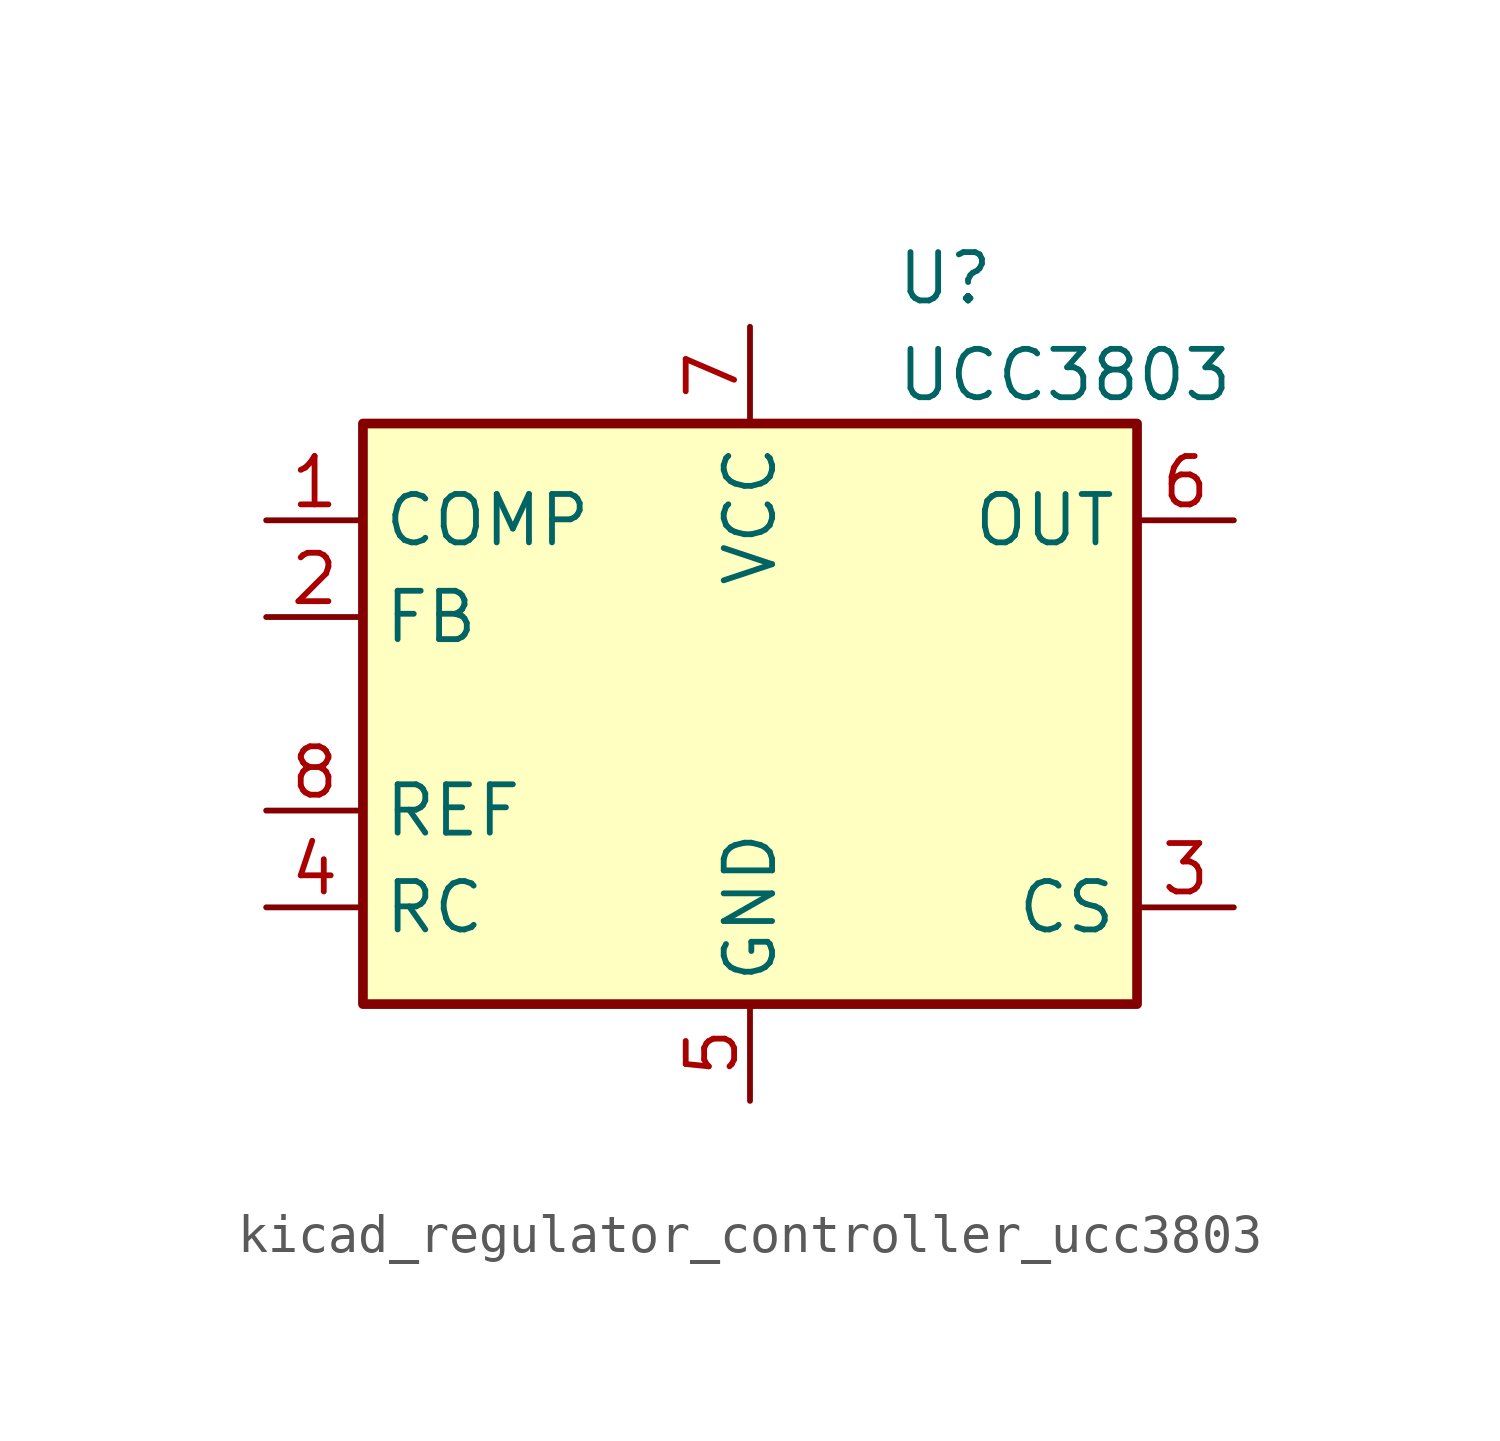
<source format=kicad_sym>
(kicad_symbol_lib
  (version 20220914)
  (generator kicad_symbol_editor)
  (symbol "kicad_regulator_controller_ucc3803"
    (property "Reference" "U"
      (at 3.81 11.43 0)
      (effects (font (size 1.27 1.27)) (justify left)))
    (property "Value" "UCC3803"
      (at 3.81 8.89 0)
      (effects (font (size 1.27 1.27)) (justify left)))
    (symbol "kicad_regulator_controller_ucc3803_0_1"
      (rectangle (start -10.16 -7.62) (end 10.16 7.62) (stroke (width 0.254) (type default)) (fill (type background))))
    (symbol "kicad_regulator_controller_ucc3803_1_1"
      (pin passive line (at -12.7 5.08 0) (length 2.54) (name "COMP" (effects (font (size 1.27 1.27)))) (number "1" (effects (font (size 1.27 1.27)))))
      (pin input line (at -12.7 2.54 0) (length 2.54) (name "FB" (effects (font (size 1.27 1.27)))) (number "2" (effects (font (size 1.27 1.27)))))
      (pin input line (at 12.7 -5.08 180) (length 2.54) (name "CS" (effects (font (size 1.27 1.27)))) (number "3" (effects (font (size 1.27 1.27)))))
      (pin passive line (at -12.7 -5.08 0) (length 2.54) (name "RC" (effects (font (size 1.27 1.27)))) (number "4" (effects (font (size 1.27 1.27)))))
      (pin power_in line (at 0 -10.16 90) (length 2.54) (name "GND" (effects (font (size 1.27 1.27)))) (number "5" (effects (font (size 1.27 1.27)))))
      (pin output line (at 12.7 5.08 180) (length 2.54) (name "OUT" (effects (font (size 1.27 1.27)))) (number "6" (effects (font (size 1.27 1.27)))))
      (pin power_in line (at 0 10.16 270) (length 2.54) (name "VCC" (effects (font (size 1.27 1.27)))) (number "7" (effects (font (size 1.27 1.27)))))
      (pin power_in line (at -12.7 -2.54 0) (length 2.54) (name "REF" (effects (font (size 1.27 1.27)))) (number "8" (effects (font (size 1.27 1.27))))))))
</source>
